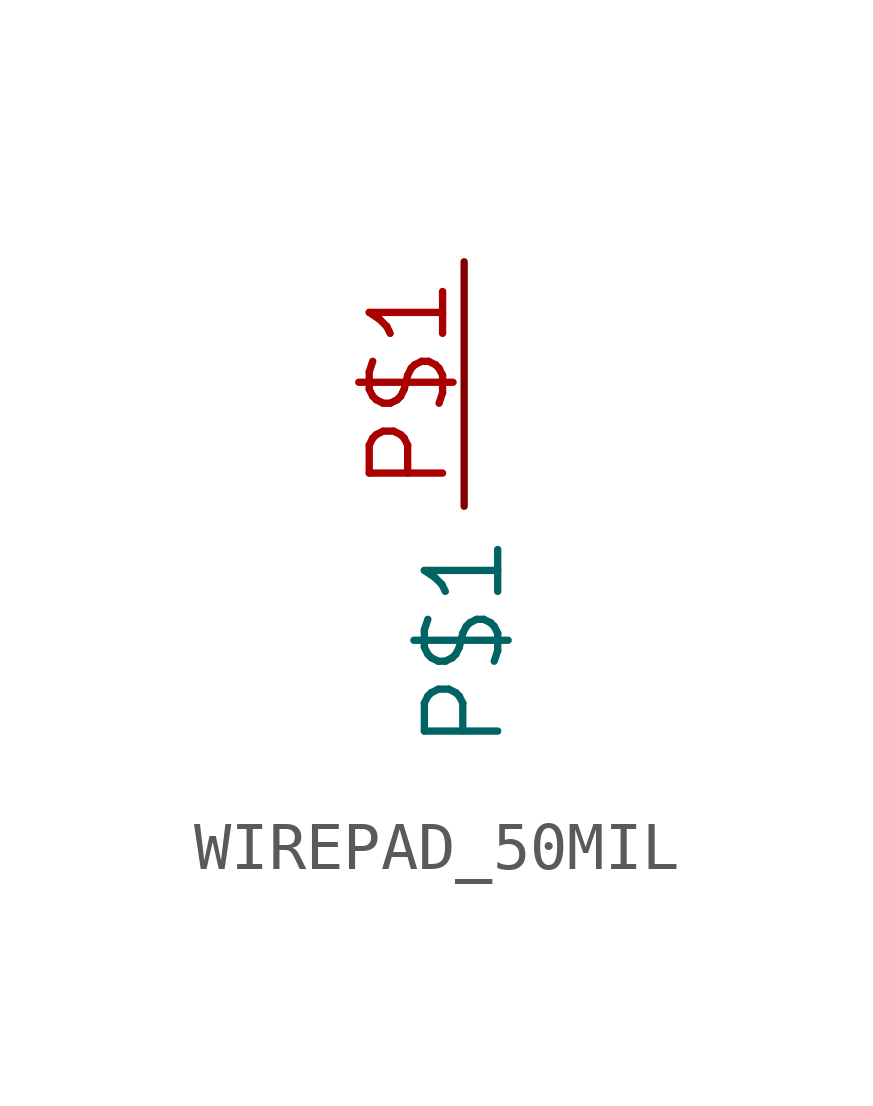
<source format=kicad_sym>
(kicad_symbol_lib
  (version 20241209)
  (generator "kicad_symbol_editor")
  (generator_version "9.0")
  (symbol "WIREPAD_50MIL"
    (property "Reference" ""
      (at 0 0 0)
      (effects (font (size 1.27 1.27)) (hide yes)))
    (property "ki_locked" ""
      (at 0 0 0)
      (effects (font (size 1.27 1.27))))
    (symbol "WIREPAD_50MIL_1_0"
      (pin bidirectional line (at 0 0 270) (length 5.08) (name "P$1" (effects (font (size 1.524 1.524)))) (number "P$1" (effects (font (size 1.524 1.524))))))))
</source>
